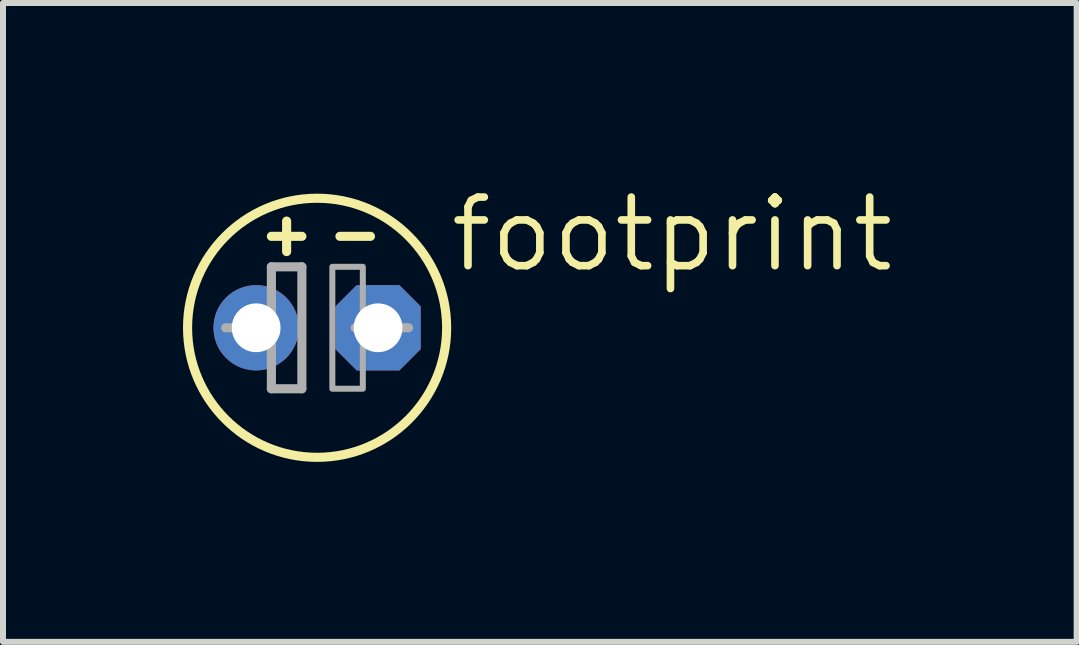
<source format=kicad_pcb>
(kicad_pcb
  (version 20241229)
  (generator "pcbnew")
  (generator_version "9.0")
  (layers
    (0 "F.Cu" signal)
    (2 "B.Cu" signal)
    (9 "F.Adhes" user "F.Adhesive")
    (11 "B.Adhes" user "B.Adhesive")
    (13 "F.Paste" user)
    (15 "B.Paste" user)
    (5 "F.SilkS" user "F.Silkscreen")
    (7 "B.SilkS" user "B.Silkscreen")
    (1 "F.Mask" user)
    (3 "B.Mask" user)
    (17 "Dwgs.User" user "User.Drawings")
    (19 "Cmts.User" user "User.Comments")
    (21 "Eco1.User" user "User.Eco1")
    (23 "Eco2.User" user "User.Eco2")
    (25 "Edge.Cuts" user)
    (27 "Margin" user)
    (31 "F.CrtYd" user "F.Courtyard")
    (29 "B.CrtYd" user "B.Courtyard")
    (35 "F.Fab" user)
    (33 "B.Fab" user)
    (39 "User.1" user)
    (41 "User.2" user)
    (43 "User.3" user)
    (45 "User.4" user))
  (footprint "footprint"
    (layer "F.Cu")
    (at 2.235 2.413)
    (property "Reference" "footprint" (at 2.159 -0.889 0) (layer "F.SilkS") (effects (font (size 1.143 1.143) (thickness 0.127)) (justify left bottom)))
    (fp_line (start -0.762 -1.524) (end -0.254 -1.524) (stroke (width 0.152) (type solid)) (layer "F.SilkS"))
    (fp_line (start -0.508 -1.27) (end -0.508 -1.778) (stroke (width 0.152) (type solid)) (layer "F.SilkS"))
    (fp_line (start 0.381 -1.524) (end 0.889 -1.524) (stroke (width 0.152) (type solid)) (layer "F.SilkS"))
    (fp_circle (center 0 0) (end 2.159 0) (stroke (width 0.152) (type solid)) (fill no) (layer "F.SilkS"))
    (fp_line (start -1.524 0) (end -0.762 0) (stroke (width 0.152) (type solid)) (layer "F.Fab"))
    (fp_line (start -0.762 -1.016) (end -0.762 0) (stroke (width 0.152) (type solid)) (layer "F.Fab"))
    (fp_line (start -0.762 0) (end -0.762 1.016) (stroke (width 0.152) (type solid)) (layer "F.Fab"))
    (fp_line (start -0.762 1.016) (end -0.254 1.016) (stroke (width 0.152) (type solid)) (layer "F.Fab"))
    (fp_line (start -0.254 -1.016) (end -0.762 -1.016) (stroke (width 0.152) (type solid)) (layer "F.Fab"))
    (fp_line (start -0.254 1.016) (end -0.254 -1.016) (stroke (width 0.152) (type solid)) (layer "F.Fab"))
    (fp_line (start 0.635 0) (end 1.524 0) (stroke (width 0.152) (type solid)) (layer "F.Fab"))
    (fp_poly (pts (xy 0.254 1.016) (xy 0.762 1.016) (xy 0.762 -1.016) (xy 0.254 -1.016)) (stroke (width 0.1) (type solid)) (fill no) (layer "F.Fab"))
    (pad "+" thru_hole circle (at -1.016 0) (size 1.422 1.422) (drill 0.813) (layers "*.Cu" "*.Mask"))
    (pad "-" thru_hole roundrect (at 1.016 0) (size 1.422 1.422) (drill 0.813) (layers "*.Cu" "*.Mask") (roundrect_rratio 0.25) (chamfer_ratio 0.25) (chamfer top_left top_right bottom_left bottom_right)))
  (gr_rect
    (start -3 -3)
    (end 14.894 7.648)
    (stroke (width 0.1) (type default))
    (fill no)
    (layer "Edge.Cuts")))
</source>
